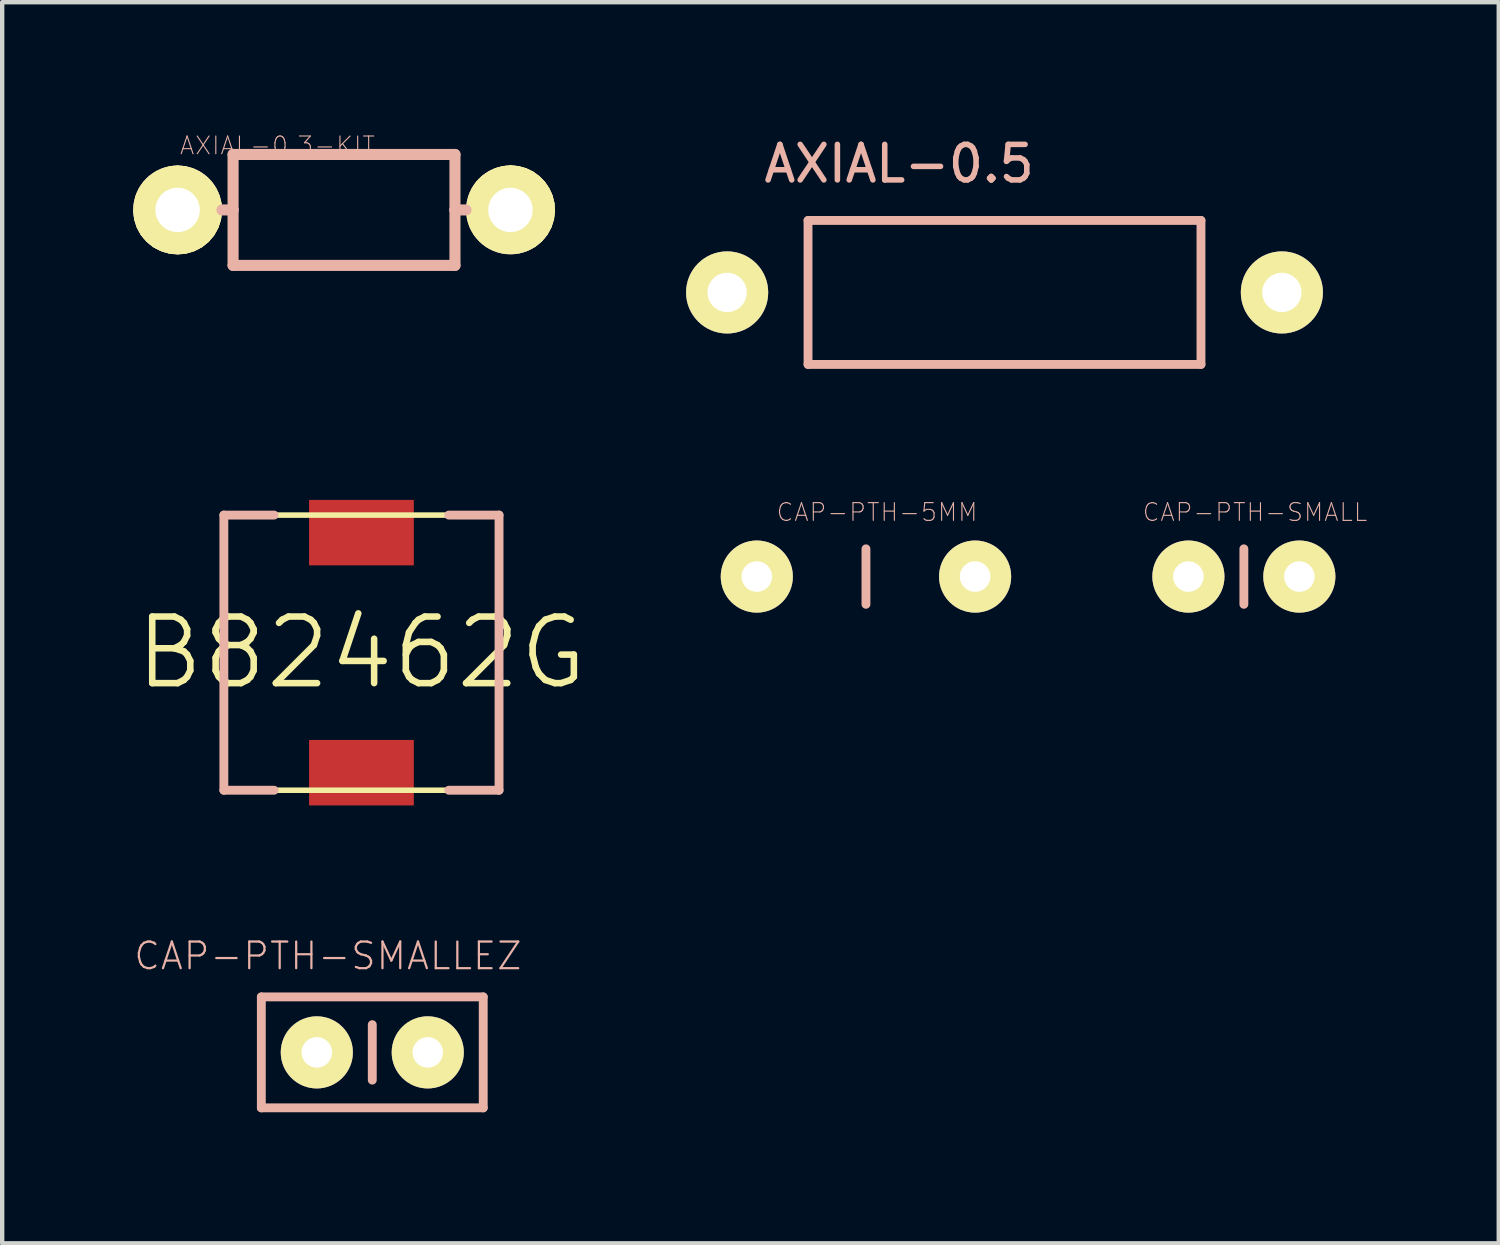
<source format=kicad_pcb>
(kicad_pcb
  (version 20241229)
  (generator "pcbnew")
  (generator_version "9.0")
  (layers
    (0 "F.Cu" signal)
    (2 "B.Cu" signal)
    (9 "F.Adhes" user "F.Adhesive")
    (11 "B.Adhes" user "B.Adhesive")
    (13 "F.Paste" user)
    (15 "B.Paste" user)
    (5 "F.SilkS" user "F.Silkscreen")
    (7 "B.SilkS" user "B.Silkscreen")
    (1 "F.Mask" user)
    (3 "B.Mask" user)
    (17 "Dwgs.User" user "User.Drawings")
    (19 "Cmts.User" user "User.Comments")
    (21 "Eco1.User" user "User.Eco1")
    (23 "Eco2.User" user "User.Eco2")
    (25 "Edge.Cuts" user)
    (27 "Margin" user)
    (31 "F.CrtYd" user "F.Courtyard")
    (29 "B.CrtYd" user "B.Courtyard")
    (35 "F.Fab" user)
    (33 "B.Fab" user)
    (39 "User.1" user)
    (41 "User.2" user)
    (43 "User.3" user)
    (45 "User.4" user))
  (footprint "AXIAL-0.3-KIT"
    (layer "F.Cu")
    (at 4.826 1.756)
    (property "Reference" "AXIAL-0.3-KIT" (at -1.524 -1.473 0) (layer "B.SilkS") (effects (font (size 0.406 0.406) (thickness 0.025))))
    (attr exclude_from_pos_files exclude_from_bom)
    (fp_line (start -4.76 0.02) (end -4.747 -0.142) (stroke (width 0.127) (type solid)) (layer "F.SilkS"))
    (fp_line (start -4.747 -0.142) (end -4.707 -0.307) (stroke (width 0.127) (type solid)) (layer "F.SilkS"))
    (fp_line (start -4.74 0.206) (end -4.76 0.02) (stroke (width 0.127) (type solid)) (layer "F.SilkS"))
    (fp_line (start -4.707 -0.307) (end -4.638 -0.46) (stroke (width 0.127) (type solid)) (layer "F.SilkS"))
    (fp_line (start -4.684 0.381) (end -4.74 0.206) (stroke (width 0.127) (type solid)) (layer "F.SilkS"))
    (fp_line (start -4.638 -0.46) (end -4.544 -0.599) (stroke (width 0.127) (type solid)) (layer "F.SilkS"))
    (fp_line (start -4.595 0.544) (end -4.684 0.381) (stroke (width 0.127) (type solid)) (layer "F.SilkS"))
    (fp_line (start -4.544 -0.599) (end -4.425 -0.719) (stroke (width 0.127) (type solid)) (layer "F.SilkS"))
    (fp_line (start -4.475 0.683) (end -4.595 0.544) (stroke (width 0.127) (type solid)) (layer "F.SilkS"))
    (fp_line (start -4.425 -0.719) (end -4.29 -0.815) (stroke (width 0.127) (type solid)) (layer "F.SilkS"))
    (fp_line (start -4.331 0.8) (end -4.475 0.683) (stroke (width 0.127) (type solid)) (layer "F.SilkS"))
    (fp_line (start -4.29 -0.815) (end -4.138 -0.889) (stroke (width 0.127) (type solid)) (layer "F.SilkS"))
    (fp_line (start -4.255 0.018) (end -4.244 -0.081) (stroke (width 0.127) (type solid)) (layer "F.SilkS"))
    (fp_line (start -4.244 -0.081) (end -4.214 -0.178) (stroke (width 0.127) (type solid)) (layer "F.SilkS"))
    (fp_line (start -4.239 0.114) (end -4.255 0.018) (stroke (width 0.127) (type solid)) (layer "F.SilkS"))
    (fp_line (start -4.214 -0.178) (end -4.161 -0.264) (stroke (width 0.127) (type solid)) (layer "F.SilkS"))
    (fp_line (start -4.206 0.206) (end -4.239 0.114) (stroke (width 0.127) (type solid)) (layer "F.SilkS"))
    (fp_line (start -4.168 0.884) (end -4.331 0.8) (stroke (width 0.127) (type solid)) (layer "F.SilkS"))
    (fp_line (start -4.161 -0.264) (end -4.089 -0.34) (stroke (width 0.127) (type solid)) (layer "F.SilkS"))
    (fp_line (start -4.153 0.287) (end -4.206 0.206) (stroke (width 0.127) (type solid)) (layer "F.SilkS"))
    (fp_line (start -4.138 -0.889) (end -3.975 -0.935) (stroke (width 0.127) (type solid)) (layer "F.SilkS"))
    (fp_line (start -4.089 -0.34) (end -4.006 -0.396) (stroke (width 0.127) (type solid)) (layer "F.SilkS"))
    (fp_line (start -4.082 0.356) (end -4.153 0.287) (stroke (width 0.127) (type solid)) (layer "F.SilkS"))
    (fp_line (start -4.006 -0.396) (end -3.909 -0.432) (stroke (width 0.127) (type solid)) (layer "F.SilkS"))
    (fp_line (start -3.998 0.404) (end -4.082 0.356) (stroke (width 0.127) (type solid)) (layer "F.SilkS"))
    (fp_line (start -3.99 0.935) (end -4.168 0.884) (stroke (width 0.127) (type solid)) (layer "F.SilkS"))
    (fp_line (start -3.975 -0.935) (end -3.81 -0.953) (stroke (width 0.127) (type solid)) (layer "F.SilkS"))
    (fp_line (start -3.909 -0.432) (end -3.81 -0.445) (stroke (width 0.127) (type solid)) (layer "F.SilkS"))
    (fp_line (start -3.907 0.434) (end -3.998 0.404) (stroke (width 0.127) (type solid)) (layer "F.SilkS"))
    (fp_line (start -3.81 -0.953) (end -3.642 -0.935) (stroke (width 0.127) (type solid)) (layer "F.SilkS"))
    (fp_line (start -3.81 -0.445) (end -3.708 -0.432) (stroke (width 0.127) (type solid)) (layer "F.SilkS"))
    (fp_line (start -3.81 0.445) (end -3.907 0.434) (stroke (width 0.127) (type solid)) (layer "F.SilkS"))
    (fp_line (start -3.807 0.953) (end -3.99 0.935) (stroke (width 0.127) (type solid)) (layer "F.SilkS"))
    (fp_line (start -3.711 0.434) (end -3.81 0.445) (stroke (width 0.127) (type solid)) (layer "F.SilkS"))
    (fp_line (start -3.708 -0.432) (end -3.614 -0.399) (stroke (width 0.127) (type solid)) (layer "F.SilkS"))
    (fp_line (start -3.642 -0.935) (end -3.48 -0.889) (stroke (width 0.127) (type solid)) (layer "F.SilkS"))
    (fp_line (start -3.622 0.935) (end -3.807 0.953) (stroke (width 0.127) (type solid)) (layer "F.SilkS"))
    (fp_line (start -3.619 0.401) (end -3.711 0.434) (stroke (width 0.127) (type solid)) (layer "F.SilkS"))
    (fp_line (start -3.614 -0.399) (end -3.531 -0.343) (stroke (width 0.127) (type solid)) (layer "F.SilkS"))
    (fp_line (start -3.536 0.351) (end -3.619 0.401) (stroke (width 0.127) (type solid)) (layer "F.SilkS"))
    (fp_line (start -3.531 -0.343) (end -3.459 -0.272) (stroke (width 0.127) (type solid)) (layer "F.SilkS"))
    (fp_line (start -3.48 -0.889) (end -3.327 -0.815) (stroke (width 0.127) (type solid)) (layer "F.SilkS"))
    (fp_line (start -3.465 0.282) (end -3.536 0.351) (stroke (width 0.127) (type solid)) (layer "F.SilkS"))
    (fp_line (start -3.459 -0.272) (end -3.409 -0.185) (stroke (width 0.127) (type solid)) (layer "F.SilkS"))
    (fp_line (start -3.447 0.884) (end -3.622 0.935) (stroke (width 0.127) (type solid)) (layer "F.SilkS"))
    (fp_line (start -3.411 0.198) (end -3.465 0.282) (stroke (width 0.127) (type solid)) (layer "F.SilkS"))
    (fp_line (start -3.409 -0.185) (end -3.376 -0.089) (stroke (width 0.127) (type solid)) (layer "F.SilkS"))
    (fp_line (start -3.378 0.107) (end -3.411 0.198) (stroke (width 0.127) (type solid)) (layer "F.SilkS"))
    (fp_line (start -3.376 -0.089) (end -3.368 0.008) (stroke (width 0.127) (type solid)) (layer "F.SilkS"))
    (fp_line (start -3.368 0.008) (end -3.378 0.107) (stroke (width 0.127) (type solid)) (layer "F.SilkS"))
    (fp_line (start -3.327 -0.815) (end -3.193 -0.716) (stroke (width 0.127) (type solid)) (layer "F.SilkS"))
    (fp_line (start -3.284 0.8) (end -3.447 0.884) (stroke (width 0.127) (type solid)) (layer "F.SilkS"))
    (fp_line (start -3.193 -0.716) (end -3.076 -0.597) (stroke (width 0.127) (type solid)) (layer "F.SilkS"))
    (fp_line (start -3.139 0.683) (end -3.284 0.8) (stroke (width 0.127) (type solid)) (layer "F.SilkS"))
    (fp_line (start -3.076 -0.597) (end -2.982 -0.457) (stroke (width 0.127) (type solid)) (layer "F.SilkS"))
    (fp_line (start -3.023 0.544) (end -3.139 0.683) (stroke (width 0.127) (type solid)) (layer "F.SilkS"))
    (fp_line (start -2.982 -0.457) (end -2.911 -0.305) (stroke (width 0.127) (type solid)) (layer "F.SilkS"))
    (fp_line (start -2.934 0.381) (end -3.023 0.544) (stroke (width 0.127) (type solid)) (layer "F.SilkS"))
    (fp_line (start -2.911 -0.305) (end -2.87 -0.14) (stroke (width 0.127) (type solid)) (layer "F.SilkS"))
    (fp_line (start -2.878 0.206) (end -2.934 0.381) (stroke (width 0.127) (type solid)) (layer "F.SilkS"))
    (fp_line (start -2.87 -0.14) (end -2.857 0.025) (stroke (width 0.127) (type solid)) (layer "F.SilkS"))
    (fp_line (start -2.857 0.025) (end -2.878 0.206) (stroke (width 0.127) (type solid)) (layer "F.SilkS"))
    (fp_line (start 2.865 0.013) (end 2.878 -0.15) (stroke (width 0.127) (type solid)) (layer "F.SilkS"))
    (fp_line (start 2.878 -0.15) (end 2.918 -0.315) (stroke (width 0.127) (type solid)) (layer "F.SilkS"))
    (fp_line (start 2.885 0.198) (end 2.865 0.013) (stroke (width 0.127) (type solid)) (layer "F.SilkS"))
    (fp_line (start 2.918 -0.315) (end 2.987 -0.467) (stroke (width 0.127) (type solid)) (layer "F.SilkS"))
    (fp_line (start 2.941 0.373) (end 2.885 0.198) (stroke (width 0.127) (type solid)) (layer "F.SilkS"))
    (fp_line (start 2.987 -0.467) (end 3.081 -0.607) (stroke (width 0.127) (type solid)) (layer "F.SilkS"))
    (fp_line (start 3.03 0.536) (end 2.941 0.373) (stroke (width 0.127) (type solid)) (layer "F.SilkS"))
    (fp_line (start 3.081 -0.607) (end 3.2 -0.726) (stroke (width 0.127) (type solid)) (layer "F.SilkS"))
    (fp_line (start 3.15 0.676) (end 3.03 0.536) (stroke (width 0.127) (type solid)) (layer "F.SilkS"))
    (fp_line (start 3.2 -0.726) (end 3.335 -0.823) (stroke (width 0.127) (type solid)) (layer "F.SilkS"))
    (fp_line (start 3.294 0.792) (end 3.15 0.676) (stroke (width 0.127) (type solid)) (layer "F.SilkS"))
    (fp_line (start 3.335 -0.823) (end 3.487 -0.897) (stroke (width 0.127) (type solid)) (layer "F.SilkS"))
    (fp_line (start 3.371 0.013) (end 3.381 -0.089) (stroke (width 0.127) (type solid)) (layer "F.SilkS"))
    (fp_line (start 3.381 -0.089) (end 3.411 -0.185) (stroke (width 0.127) (type solid)) (layer "F.SilkS"))
    (fp_line (start 3.386 0.107) (end 3.371 0.013) (stroke (width 0.127) (type solid)) (layer "F.SilkS"))
    (fp_line (start 3.411 -0.185) (end 3.465 -0.272) (stroke (width 0.127) (type solid)) (layer "F.SilkS"))
    (fp_line (start 3.419 0.198) (end 3.386 0.107) (stroke (width 0.127) (type solid)) (layer "F.SilkS"))
    (fp_line (start 3.457 0.876) (end 3.294 0.792) (stroke (width 0.127) (type solid)) (layer "F.SilkS"))
    (fp_line (start 3.465 -0.272) (end 3.536 -0.348) (stroke (width 0.127) (type solid)) (layer "F.SilkS"))
    (fp_line (start 3.472 0.279) (end 3.419 0.198) (stroke (width 0.127) (type solid)) (layer "F.SilkS"))
    (fp_line (start 3.487 -0.897) (end 3.65 -0.942) (stroke (width 0.127) (type solid)) (layer "F.SilkS"))
    (fp_line (start 3.536 -0.348) (end 3.619 -0.404) (stroke (width 0.127) (type solid)) (layer "F.SilkS"))
    (fp_line (start 3.543 0.348) (end 3.472 0.279) (stroke (width 0.127) (type solid)) (layer "F.SilkS"))
    (fp_line (start 3.619 -0.404) (end 3.716 -0.439) (stroke (width 0.127) (type solid)) (layer "F.SilkS"))
    (fp_line (start 3.627 0.396) (end 3.543 0.348) (stroke (width 0.127) (type solid)) (layer "F.SilkS"))
    (fp_line (start 3.635 0.927) (end 3.457 0.876) (stroke (width 0.127) (type solid)) (layer "F.SilkS"))
    (fp_line (start 3.65 -0.942) (end 3.815 -0.96) (stroke (width 0.127) (type solid)) (layer "F.SilkS"))
    (fp_line (start 3.716 -0.439) (end 3.815 -0.452) (stroke (width 0.127) (type solid)) (layer "F.SilkS"))
    (fp_line (start 3.719 0.427) (end 3.627 0.396) (stroke (width 0.127) (type solid)) (layer "F.SilkS"))
    (fp_line (start 3.815 -0.96) (end 3.983 -0.942) (stroke (width 0.127) (type solid)) (layer "F.SilkS"))
    (fp_line (start 3.815 -0.452) (end 3.917 -0.439) (stroke (width 0.127) (type solid)) (layer "F.SilkS"))
    (fp_line (start 3.815 0.437) (end 3.719 0.427) (stroke (width 0.127) (type solid)) (layer "F.SilkS"))
    (fp_line (start 3.818 0.945) (end 3.635 0.927) (stroke (width 0.127) (type solid)) (layer "F.SilkS"))
    (fp_line (start 3.914 0.427) (end 3.815 0.437) (stroke (width 0.127) (type solid)) (layer "F.SilkS"))
    (fp_line (start 3.917 -0.439) (end 4.011 -0.406) (stroke (width 0.127) (type solid)) (layer "F.SilkS"))
    (fp_line (start 3.983 -0.942) (end 4.145 -0.897) (stroke (width 0.127) (type solid)) (layer "F.SilkS"))
    (fp_line (start 4.003 0.927) (end 3.818 0.945) (stroke (width 0.127) (type solid)) (layer "F.SilkS"))
    (fp_line (start 4.006 0.394) (end 3.914 0.427) (stroke (width 0.127) (type solid)) (layer "F.SilkS"))
    (fp_line (start 4.011 -0.406) (end 4.094 -0.351) (stroke (width 0.127) (type solid)) (layer "F.SilkS"))
    (fp_line (start 4.089 0.343) (end 4.006 0.394) (stroke (width 0.127) (type solid)) (layer "F.SilkS"))
    (fp_line (start 4.094 -0.351) (end 4.166 -0.279) (stroke (width 0.127) (type solid)) (layer "F.SilkS"))
    (fp_line (start 4.145 -0.897) (end 4.298 -0.823) (stroke (width 0.127) (type solid)) (layer "F.SilkS"))
    (fp_line (start 4.161 0.274) (end 4.089 0.343) (stroke (width 0.127) (type solid)) (layer "F.SilkS"))
    (fp_line (start 4.166 -0.279) (end 4.216 -0.193) (stroke (width 0.127) (type solid)) (layer "F.SilkS"))
    (fp_line (start 4.178 0.876) (end 4.003 0.927) (stroke (width 0.127) (type solid)) (layer "F.SilkS"))
    (fp_line (start 4.214 0.191) (end 4.161 0.274) (stroke (width 0.127) (type solid)) (layer "F.SilkS"))
    (fp_line (start 4.216 -0.193) (end 4.249 -0.097) (stroke (width 0.127) (type solid)) (layer "F.SilkS"))
    (fp_line (start 4.247 0.099) (end 4.214 0.191) (stroke (width 0.127) (type solid)) (layer "F.SilkS"))
    (fp_line (start 4.249 -0.097) (end 4.257 0) (stroke (width 0.127) (type solid)) (layer "F.SilkS"))
    (fp_line (start 4.257 0) (end 4.247 0.099) (stroke (width 0.127) (type solid)) (layer "F.SilkS"))
    (fp_line (start 4.298 -0.823) (end 4.432 -0.724) (stroke (width 0.127) (type solid)) (layer "F.SilkS"))
    (fp_line (start 4.341 0.792) (end 4.178 0.876) (stroke (width 0.127) (type solid)) (layer "F.SilkS"))
    (fp_line (start 4.432 -0.724) (end 4.549 -0.605) (stroke (width 0.127) (type solid)) (layer "F.SilkS"))
    (fp_line (start 4.486 0.676) (end 4.341 0.792) (stroke (width 0.127) (type solid)) (layer "F.SilkS"))
    (fp_line (start 4.549 -0.605) (end 4.643 -0.465) (stroke (width 0.127) (type solid)) (layer "F.SilkS"))
    (fp_line (start 4.602 0.536) (end 4.486 0.676) (stroke (width 0.127) (type solid)) (layer "F.SilkS"))
    (fp_line (start 4.643 -0.465) (end 4.714 -0.312) (stroke (width 0.127) (type solid)) (layer "F.SilkS"))
    (fp_line (start 4.691 0.373) (end 4.602 0.536) (stroke (width 0.127) (type solid)) (layer "F.SilkS"))
    (fp_line (start 4.714 -0.312) (end 4.755 -0.147) (stroke (width 0.127) (type solid)) (layer "F.SilkS"))
    (fp_line (start 4.747 0.198) (end 4.691 0.373) (stroke (width 0.127) (type solid)) (layer "F.SilkS"))
    (fp_line (start 4.755 -0.147) (end 4.768 0.018) (stroke (width 0.127) (type solid)) (layer "F.SilkS"))
    (fp_line (start 4.768 0.018) (end 4.747 0.198) (stroke (width 0.127) (type solid)) (layer "F.SilkS"))
    (fp_line (start -2.54 -1.27) (end 2.54 -1.27) (stroke (width 0.254) (type solid)) (layer "B.SilkS"))
    (fp_line (start -2.54 0) (end -2.794 0) (stroke (width 0.254) (type solid)) (layer "B.SilkS"))
    (fp_line (start -2.54 0) (end -2.54 -1.27) (stroke (width 0.254) (type solid)) (layer "B.SilkS"))
    (fp_line (start -2.54 1.27) (end -2.54 0) (stroke (width 0.254) (type solid)) (layer "B.SilkS"))
    (fp_line (start 2.54 -1.27) (end 2.54 0) (stroke (width 0.254) (type solid)) (layer "B.SilkS"))
    (fp_line (start 2.54 0) (end 2.54 1.27) (stroke (width 0.254) (type solid)) (layer "B.SilkS"))
    (fp_line (start 2.54 0) (end 2.794 0) (stroke (width 0.254) (type solid)) (layer "B.SilkS"))
    (fp_line (start 2.54 1.27) (end -2.54 1.27) (stroke (width 0.254) (type solid)) (layer "B.SilkS"))
    (pad "P$1" thru_hole circle (at -3.81 0) (size 2.032 2.032) (drill 1.016) (layers "*.Cu" "F.Mask" "F.SilkS" "F.Paste"))
    (pad "P$2" thru_hole circle (at 3.81 0) (size 2.032 2.032) (drill 1.016) (layers "*.Cu" "F.Mask" "F.SilkS" "F.Paste")))
  (footprint "CAP-PTH-SMALLEZ"
    (layer "F.Cu")
    (at 4.203 21.043)
    (property "Reference" "CAP-PTH-SMALLEZ" (at 0.254 -2.207 0) (layer "B.SilkS") (effects (font (size 0.61 0.61) (thickness 0.051))))
    (attr exclude_from_pos_files exclude_from_bom)
    (fp_circle (center 0 0) (end -0.447 0.447) (stroke (width 0) (type solid)) (fill yes) (layer "F.SilkS"))
    (fp_circle (center 0 0) (end -0.201 0.201) (stroke (width 0) (type solid)) (fill yes) (layer "F.SilkS"))
    (fp_circle (center 2.54 0) (end 2.741 0.201) (stroke (width 0) (type solid)) (fill yes) (layer "F.SilkS"))
    (fp_circle (center 2.54 0) (end 2.997 0.457) (stroke (width 0) (type solid)) (fill yes) (layer "F.SilkS"))
    (fp_line (start -1.27 -1.27) (end 3.81 -1.27) (stroke (width 0.203) (type solid)) (layer "B.SilkS"))
    (fp_line (start -1.27 1.27) (end -1.27 -1.27) (stroke (width 0.203) (type solid)) (layer "B.SilkS"))
    (fp_line (start 1.27 -0.635) (end 1.27 0.635) (stroke (width 0.203) (type solid)) (layer "B.SilkS"))
    (fp_line (start 3.81 -1.27) (end 3.81 1.27) (stroke (width 0.203) (type solid)) (layer "B.SilkS"))
    (fp_line (start 3.81 1.27) (end -1.27 1.27) (stroke (width 0.203) (type solid)) (layer "B.SilkS"))
    (pad "1" thru_hole circle (at 0 0) (size 1.651 1.651) (drill 0.699) (layers "*.Cu" "F.Mask" "F.SilkS" "F.Paste"))
    (pad "2" thru_hole circle (at 2.54 0) (size 1.651 1.651) (drill 0.699) (layers "*.Cu" "F.Mask" "F.SilkS" "F.Paste")))
  (footprint "CAP-PTH-5MM"
    (layer "F.Cu")
    (at 16.775 10.15)
    (property "Reference" "CAP-PTH-5MM" (at 0.254 -1.473 0) (layer "B.SilkS") (effects (font (size 0.406 0.406) (thickness 0.025))))
    (attr exclude_from_pos_files exclude_from_bom)
    (fp_line (start 0 -0.635) (end 0 0.635) (stroke (width 0.203) (type solid)) (layer "B.SilkS"))
    (pad "1" thru_hole circle (at -2.499 0) (size 1.651 1.651) (drill 0.699) (layers "*.Cu" "F.Mask" "F.SilkS" "F.Paste"))
    (pad "2" thru_hole circle (at 2.499 0) (size 1.651 1.651) (drill 0.699) (layers "*.Cu" "F.Mask" "F.SilkS" "F.Paste")))
  (footprint "CAP-PTH-SMALL"
    (layer "F.Cu")
    (at 24.157 10.15)
    (property "Reference" "CAP-PTH-SMALL" (at 1.524 -1.473 0) (layer "B.SilkS") (effects (font (size 0.406 0.406) (thickness 0.025))))
    (attr exclude_from_pos_files exclude_from_bom)
    (fp_line (start 1.27 -0.635) (end 1.27 0.635) (stroke (width 0.203) (type solid)) (layer "B.SilkS"))
    (pad "1" thru_hole circle (at 0 0) (size 1.651 1.651) (drill 0.699) (layers "*.Cu" "F.Mask" "F.SilkS" "F.Paste"))
    (pad "2" thru_hole circle (at 2.54 0) (size 1.651 1.651) (drill 0.699) (layers "*.Cu" "F.Mask" "F.SilkS" "F.Paste")))
  (footprint "B82462G"
    (layer "F.Cu")
    (at 5.225 11.892)
    (property "Reference" "B82462G" (at 0 0 0) (layer "F.SilkS") (effects (font (size 1.524 1.524) (thickness 0.15))))
    (attr smd)
    (fp_line (start -3.15 -3.15) (end -3.15 3.15) (stroke (width 0.127) (type solid)) (layer "F.SilkS"))
    (fp_line (start -3.15 3.15) (end 3.15 3.15) (stroke (width 0.127) (type solid)) (layer "F.SilkS"))
    (fp_line (start 3.15 -3.15) (end -3.15 -3.15) (stroke (width 0.127) (type solid)) (layer "F.SilkS"))
    (fp_line (start 3.15 3.15) (end 3.15 -3.15) (stroke (width 0.127) (type solid)) (layer "F.SilkS"))
    (fp_line (start -3.15 -3.15) (end -3.15 3.15) (stroke (width 0.203) (type solid)) (layer "B.SilkS"))
    (fp_line (start -3.15 -3.15) (end -1.999 -3.15) (stroke (width 0.203) (type solid)) (layer "B.SilkS"))
    (fp_line (start -3.15 3.15) (end -1.999 3.15) (stroke (width 0.203) (type solid)) (layer "B.SilkS"))
    (fp_line (start 1.999 3.15) (end 3.15 3.15) (stroke (width 0.203) (type solid)) (layer "B.SilkS"))
    (fp_line (start 3.15 -3.15) (end 1.999 -3.15) (stroke (width 0.203) (type solid)) (layer "B.SilkS"))
    (fp_line (start 3.15 3.15) (end 3.15 -3.15) (stroke (width 0.203) (type solid)) (layer "B.SilkS"))
    (pad "P$1" smd rect (at 0 -2.748) (size 2.398 1.499) (layers "F.Cu" "F.Mask" "F.Paste"))
    (pad "P$2" smd rect (at 0 2.748) (size 2.398 1.499) (layers "F.Cu" "F.Mask" "F.Paste")))
  (footprint "AXIAL-0.5"
    (layer "F.Cu")
    (at 19.947 3.645)
    (property "Reference" "AXIAL-0.5" (at -2.413 -2.946 0) (layer "B.SilkS") (effects (font (size 0.813 0.813) (thickness 0.127))))
    (attr exclude_from_pos_files exclude_from_bom)
    (fp_line (start -4.498 -1.648) (end 4.498 -1.648) (stroke (width 0.203) (type solid)) (layer "B.SilkS"))
    (fp_line (start -4.498 1.648) (end -4.498 -1.648) (stroke (width 0.203) (type solid)) (layer "B.SilkS"))
    (fp_line (start 4.498 -1.648) (end 4.498 1.648) (stroke (width 0.203) (type solid)) (layer "B.SilkS"))
    (fp_line (start 4.498 1.648) (end -4.498 1.648) (stroke (width 0.203) (type solid)) (layer "B.SilkS"))
    (pad "P$1" thru_hole circle (at -6.35 0) (size 1.88 1.88) (drill 0.899) (layers "*.Cu" "F.Mask" "F.SilkS" "F.Paste"))
    (pad "P$2" thru_hole circle (at 6.35 0) (size 1.88 1.88) (drill 0.899) (layers "*.Cu" "F.Mask" "F.SilkS" "F.Paste")))
  (gr_rect
    (start -3 -3)
    (end 31.262 25.415)
    (stroke (width 0.1) (type default))
    (fill no)
    (layer "Edge.Cuts")))
</source>
